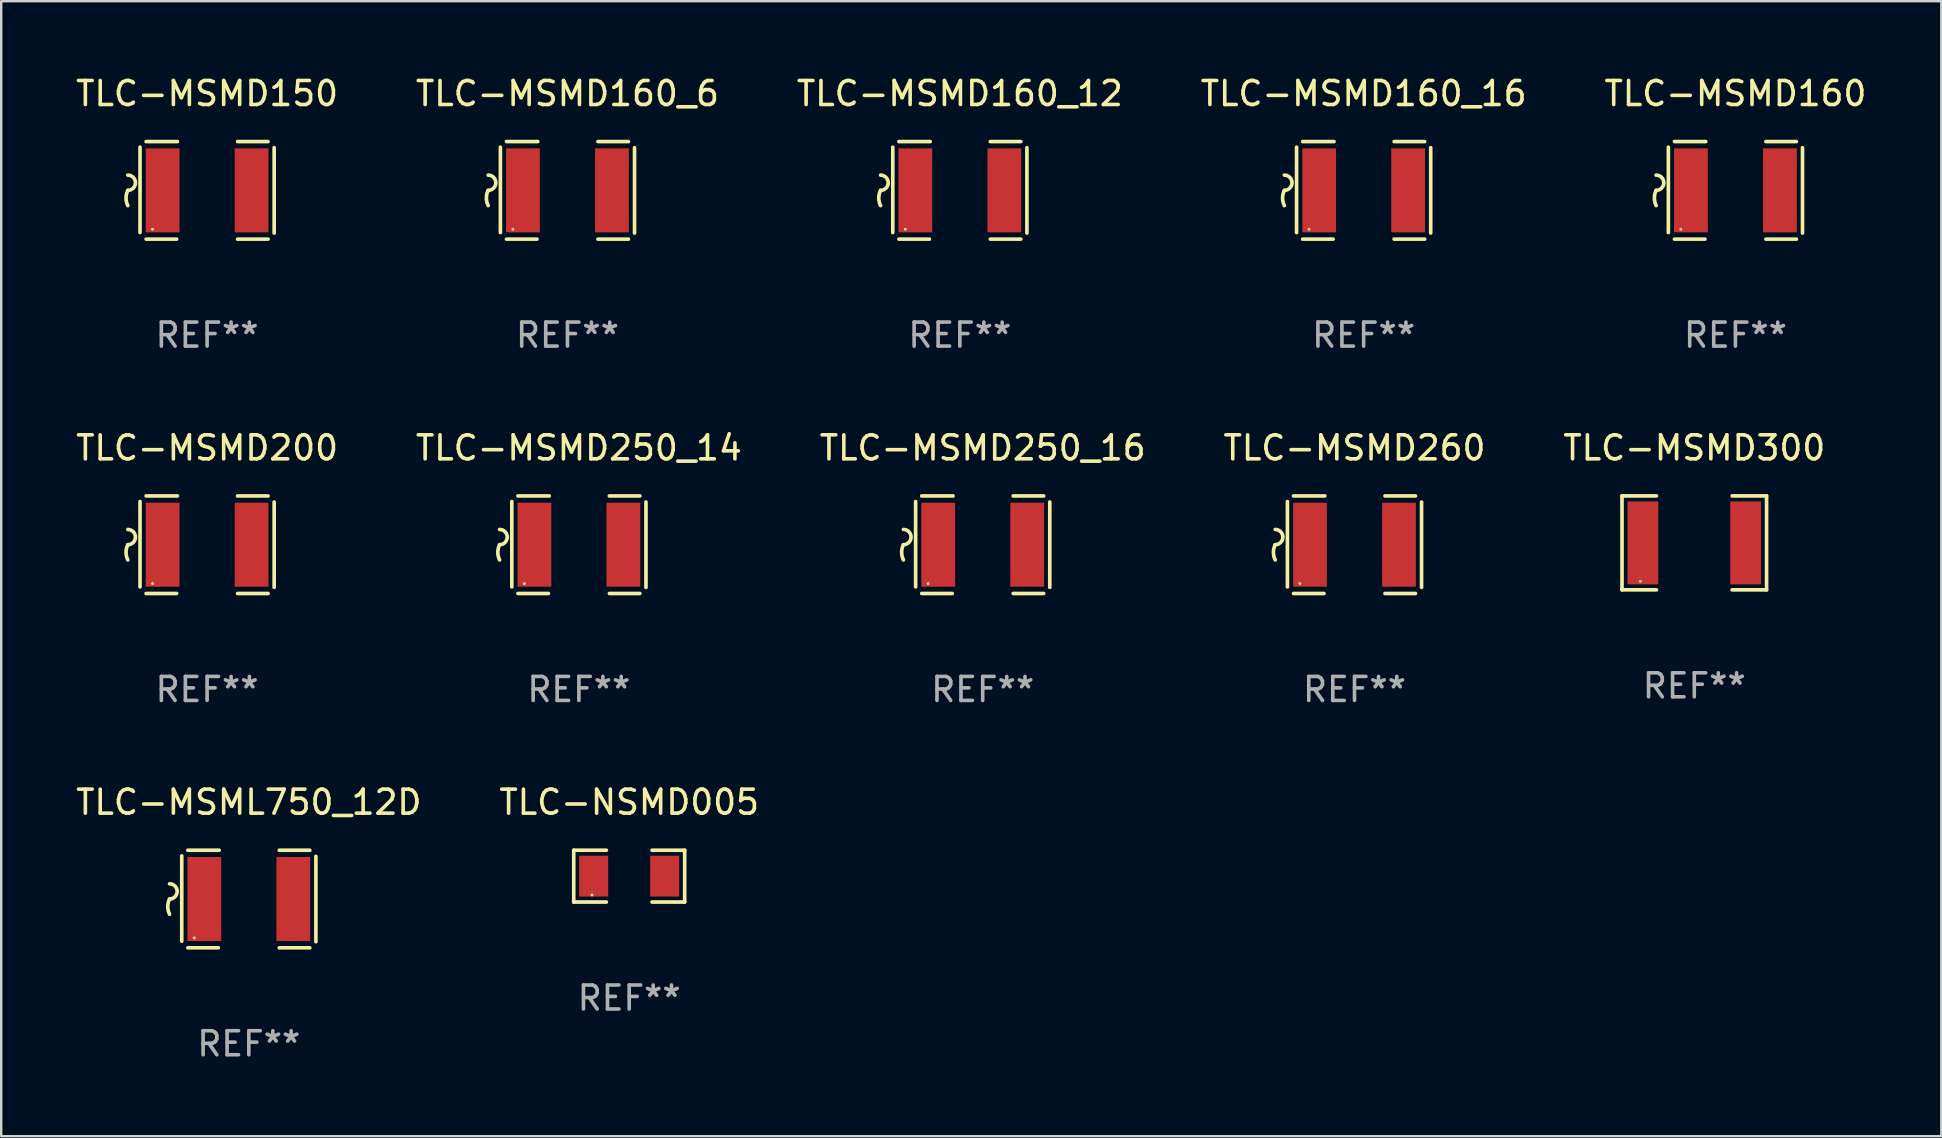
<source format=kicad_pcb>
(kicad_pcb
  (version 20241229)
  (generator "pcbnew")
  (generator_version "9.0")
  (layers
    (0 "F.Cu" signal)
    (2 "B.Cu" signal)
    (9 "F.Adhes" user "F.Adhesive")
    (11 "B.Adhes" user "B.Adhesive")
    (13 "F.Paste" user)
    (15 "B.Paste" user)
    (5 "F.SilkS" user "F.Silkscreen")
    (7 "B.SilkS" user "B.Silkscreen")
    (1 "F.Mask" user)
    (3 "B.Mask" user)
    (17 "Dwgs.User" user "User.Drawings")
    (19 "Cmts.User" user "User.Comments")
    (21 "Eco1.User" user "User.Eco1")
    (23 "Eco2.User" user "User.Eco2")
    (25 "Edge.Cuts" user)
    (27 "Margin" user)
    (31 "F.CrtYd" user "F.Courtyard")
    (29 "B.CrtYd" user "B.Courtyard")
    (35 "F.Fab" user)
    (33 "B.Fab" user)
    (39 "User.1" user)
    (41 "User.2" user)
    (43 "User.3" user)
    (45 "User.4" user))
  (footprint "TLC-MSMD160"
    (layer "F.Cu")
    (at 69.244 4.88)
    (property "Reference" "TLC-MSMD160" (at 0 -4.032 0) (layer "F.SilkS") (effects (font (size 1 1) (thickness 0.15))))
    (attr through_hole)
    (fp_line (start -2.794 -1.798) (end -2.794 1.758) (stroke (width 0.152) (type solid)) (layer "F.SilkS"))
    (fp_line (start -2.54 -2.032) (end -1.235 -2.032) (stroke (width 0.152) (type solid)) (layer "F.SilkS"))
    (fp_line (start -1.27 2.032) (end -2.54 2.032) (stroke (width 0.152) (type solid)) (layer "F.SilkS"))
    (fp_line (start 1.27 2.032) (end 2.54 2.032) (stroke (width 0.152) (type solid)) (layer "F.SilkS"))
    (fp_line (start 2.54 -2.032) (end 1.27 -2.032) (stroke (width 0.152) (type solid)) (layer "F.SilkS"))
    (fp_line (start 2.794 -1.778) (end 2.794 1.778) (stroke (width 0.152) (type solid)) (layer "F.SilkS"))
    (fp_arc (start -3.302007 -0.635002) (mid -2.984506 -0.317501) (end -3.302007 0) (stroke (width 0.151994) (type solid)) (layer "F.SilkS"))
    (fp_arc (start -3.302007 0.635002) (mid -3.376959 0.317501) (end -3.302007 0) (stroke (width 0.151994) (type solid)) (layer "F.SilkS"))
    (fp_circle (center -2.275 1.62) (end -2.245 1.62) (stroke (width 0.06) (type solid)) (fill no) (layer "F.SilkS"))
    (fp_text user "REF**" (at 0 6.032 0) (layer "F.Fab") (effects (font (size 1 1) (thickness 0.15))))
    (pad "1" smd rect (at -1.853 0) (size 1.407 3.499) (layers "F.Cu" "F.Mask" "F.Paste"))
    (pad "2" smd rect (at 1.853 0) (size 1.407 3.499) (layers "F.Cu" "F.Mask" "F.Paste")))
  (footprint "TLC-MSMD160_12"
    (layer "F.Cu")
    (at 36.935 4.88)
    (property "Reference" "TLC-MSMD160_12" (at 0 -4.032 0) (layer "F.SilkS") (effects (font (size 1 1) (thickness 0.15))))
    (attr through_hole)
    (fp_line (start -2.794 -1.798) (end -2.794 1.758) (stroke (width 0.152) (type solid)) (layer "F.SilkS"))
    (fp_line (start -2.54 -2.032) (end -1.235 -2.032) (stroke (width 0.152) (type solid)) (layer "F.SilkS"))
    (fp_line (start -1.27 2.032) (end -2.54 2.032) (stroke (width 0.152) (type solid)) (layer "F.SilkS"))
    (fp_line (start 1.27 2.032) (end 2.54 2.032) (stroke (width 0.152) (type solid)) (layer "F.SilkS"))
    (fp_line (start 2.54 -2.032) (end 1.27 -2.032) (stroke (width 0.152) (type solid)) (layer "F.SilkS"))
    (fp_line (start 2.794 -1.778) (end 2.794 1.778) (stroke (width 0.152) (type solid)) (layer "F.SilkS"))
    (fp_arc (start -3.302007 -0.635002) (mid -2.984506 -0.317501) (end -3.302007 0) (stroke (width 0.151994) (type solid)) (layer "F.SilkS"))
    (fp_arc (start -3.302007 0.635002) (mid -3.376959 0.317501) (end -3.302007 0) (stroke (width 0.151994) (type solid)) (layer "F.SilkS"))
    (fp_circle (center -2.275 1.62) (end -2.245 1.62) (stroke (width 0.06) (type solid)) (fill no) (layer "F.SilkS"))
    (fp_text user "REF**" (at 0 6.032 0) (layer "F.Fab") (effects (font (size 1 1) (thickness 0.15))))
    (pad "1" smd rect (at -1.853 0) (size 1.407 3.499) (layers "F.Cu" "F.Mask" "F.Paste"))
    (pad "2" smd rect (at 1.853 0) (size 1.407 3.499) (layers "F.Cu" "F.Mask" "F.Paste")))
  (footprint "TLC-NSMD005"
    (layer "F.Cu")
    (at 23.161 33.448)
    (property "Reference" "TLC-NSMD005" (at 0 -3.079 0) (layer "F.SilkS") (effects (font (size 1 1) (thickness 0.15))))
    (attr through_hole)
    (fp_line (start -2.311 -1.079) (end -0.951 -1.079) (stroke (width 0.152) (type solid)) (layer "F.SilkS"))
    (fp_line (start -2.311 1.079) (end -2.311 -1.079) (stroke (width 0.152) (type solid)) (layer "F.SilkS"))
    (fp_line (start -0.951 1.079) (end -2.311 1.079) (stroke (width 0.152) (type solid)) (layer "F.SilkS"))
    (fp_line (start 0.951 1.079) (end 2.311 1.079) (stroke (width 0.152) (type solid)) (layer "F.SilkS"))
    (fp_line (start 2.311 -1.079) (end 0.951 -1.079) (stroke (width 0.152) (type solid)) (layer "F.SilkS"))
    (fp_line (start 2.311 1.079) (end 2.311 -1.079) (stroke (width 0.152) (type solid)) (layer "F.SilkS"))
    (fp_circle (center -1.55 0.787) (end -1.52 0.787) (stroke (width 0.06) (type solid)) (fill no) (layer "F.SilkS"))
    (fp_text user "REF**" (at 0 5.079 0) (layer "F.Fab") (effects (font (size 1 1) (thickness 0.15))))
    (pad "1" smd rect (at -1.479 0) (size 1.208 1.701) (layers "F.Cu" "F.Mask" "F.Paste"))
    (pad "2" smd rect (at 1.479 0) (size 1.208 1.701) (layers "F.Cu" "F.Mask" "F.Paste")))
  (footprint "TLC-MSMD260"
    (layer "F.Cu")
    (at 53.375 19.641)
    (property "Reference" "TLC-MSMD260" (at 0 -4.032 0) (layer "F.SilkS") (effects (font (size 1 1) (thickness 0.15))))
    (attr through_hole)
    (fp_line (start -2.794 -1.798) (end -2.794 1.758) (stroke (width 0.152) (type solid)) (layer "F.SilkS"))
    (fp_line (start -2.54 -2.032) (end -1.235 -2.032) (stroke (width 0.152) (type solid)) (layer "F.SilkS"))
    (fp_line (start -1.27 2.032) (end -2.54 2.032) (stroke (width 0.152) (type solid)) (layer "F.SilkS"))
    (fp_line (start 1.27 2.032) (end 2.54 2.032) (stroke (width 0.152) (type solid)) (layer "F.SilkS"))
    (fp_line (start 2.54 -2.032) (end 1.27 -2.032) (stroke (width 0.152) (type solid)) (layer "F.SilkS"))
    (fp_line (start 2.794 -1.778) (end 2.794 1.778) (stroke (width 0.152) (type solid)) (layer "F.SilkS"))
    (fp_arc (start -3.302007 -0.635002) (mid -2.984506 -0.317501) (end -3.302007 0) (stroke (width 0.151994) (type solid)) (layer "F.SilkS"))
    (fp_arc (start -3.302007 0.635002) (mid -3.376959 0.317501) (end -3.302007 0) (stroke (width 0.151994) (type solid)) (layer "F.SilkS"))
    (fp_circle (center -2.275 1.62) (end -2.245 1.62) (stroke (width 0.06) (type solid)) (fill no) (layer "F.SilkS"))
    (fp_text user "REF**" (at 0 6.032 0) (layer "F.Fab") (effects (font (size 1 1) (thickness 0.15))))
    (pad "1" smd rect (at -1.853 0) (size 1.407 3.499) (layers "F.Cu" "F.Mask" "F.Paste"))
    (pad "2" smd rect (at 1.853 0) (size 1.407 3.499) (layers "F.Cu" "F.Mask" "F.Paste")))
  (footprint "TLC-MSMD200"
    (layer "F.Cu")
    (at 5.577 19.641)
    (property "Reference" "TLC-MSMD200" (at 0 -4.032 0) (layer "F.SilkS") (effects (font (size 1 1) (thickness 0.15))))
    (attr through_hole)
    (fp_line (start -2.794 -1.798) (end -2.794 1.758) (stroke (width 0.152) (type solid)) (layer "F.SilkS"))
    (fp_line (start -2.54 -2.032) (end -1.235 -2.032) (stroke (width 0.152) (type solid)) (layer "F.SilkS"))
    (fp_line (start -1.27 2.032) (end -2.54 2.032) (stroke (width 0.152) (type solid)) (layer "F.SilkS"))
    (fp_line (start 1.27 2.032) (end 2.54 2.032) (stroke (width 0.152) (type solid)) (layer "F.SilkS"))
    (fp_line (start 2.54 -2.032) (end 1.27 -2.032) (stroke (width 0.152) (type solid)) (layer "F.SilkS"))
    (fp_line (start 2.794 -1.778) (end 2.794 1.778) (stroke (width 0.152) (type solid)) (layer "F.SilkS"))
    (fp_arc (start -3.302007 -0.635002) (mid -2.984506 -0.317501) (end -3.302007 0) (stroke (width 0.151994) (type solid)) (layer "F.SilkS"))
    (fp_arc (start -3.302007 0.635002) (mid -3.376959 0.317501) (end -3.302007 0) (stroke (width 0.151994) (type solid)) (layer "F.SilkS"))
    (fp_circle (center -2.275 1.62) (end -2.245 1.62) (stroke (width 0.06) (type solid)) (fill no) (layer "F.SilkS"))
    (fp_text user "REF**" (at 0 6.032 0) (layer "F.Fab") (effects (font (size 1 1) (thickness 0.15))))
    (pad "1" smd rect (at -1.853 0) (size 1.407 3.499) (layers "F.Cu" "F.Mask" "F.Paste"))
    (pad "2" smd rect (at 1.853 0) (size 1.407 3.499) (layers "F.Cu" "F.Mask" "F.Paste")))
  (footprint "TLC-MSMD160_16"
    (layer "F.Cu")
    (at 53.756 4.88)
    (property "Reference" "TLC-MSMD160_16" (at 0 -4.032 0) (layer "F.SilkS") (effects (font (size 1 1) (thickness 0.15))))
    (attr through_hole)
    (fp_line (start -2.794 -1.798) (end -2.794 1.758) (stroke (width 0.152) (type solid)) (layer "F.SilkS"))
    (fp_line (start -2.54 -2.032) (end -1.235 -2.032) (stroke (width 0.152) (type solid)) (layer "F.SilkS"))
    (fp_line (start -1.27 2.032) (end -2.54 2.032) (stroke (width 0.152) (type solid)) (layer "F.SilkS"))
    (fp_line (start 1.27 2.032) (end 2.54 2.032) (stroke (width 0.152) (type solid)) (layer "F.SilkS"))
    (fp_line (start 2.54 -2.032) (end 1.27 -2.032) (stroke (width 0.152) (type solid)) (layer "F.SilkS"))
    (fp_line (start 2.794 -1.778) (end 2.794 1.778) (stroke (width 0.152) (type solid)) (layer "F.SilkS"))
    (fp_arc (start -3.302007 -0.635002) (mid -2.984506 -0.317501) (end -3.302007 0) (stroke (width 0.151994) (type solid)) (layer "F.SilkS"))
    (fp_arc (start -3.302007 0.635002) (mid -3.376959 0.317501) (end -3.302007 0) (stroke (width 0.151994) (type solid)) (layer "F.SilkS"))
    (fp_circle (center -2.275 1.62) (end -2.245 1.62) (stroke (width 0.06) (type solid)) (fill no) (layer "F.SilkS"))
    (fp_text user "REF**" (at 0 6.032 0) (layer "F.Fab") (effects (font (size 1 1) (thickness 0.15))))
    (pad "1" smd rect (at -1.853 0) (size 1.407 3.499) (layers "F.Cu" "F.Mask" "F.Paste"))
    (pad "2" smd rect (at 1.853 0) (size 1.407 3.499) (layers "F.Cu" "F.Mask" "F.Paste")))
  (footprint "TLC-MSMD250_16"
    (layer "F.Cu")
    (at 37.887 19.641)
    (property "Reference" "TLC-MSMD250_16" (at 0 -4.032 0) (layer "F.SilkS") (effects (font (size 1 1) (thickness 0.15))))
    (attr through_hole)
    (fp_line (start -2.794 -1.798) (end -2.794 1.758) (stroke (width 0.152) (type solid)) (layer "F.SilkS"))
    (fp_line (start -2.54 -2.032) (end -1.235 -2.032) (stroke (width 0.152) (type solid)) (layer "F.SilkS"))
    (fp_line (start -1.27 2.032) (end -2.54 2.032) (stroke (width 0.152) (type solid)) (layer "F.SilkS"))
    (fp_line (start 1.27 2.032) (end 2.54 2.032) (stroke (width 0.152) (type solid)) (layer "F.SilkS"))
    (fp_line (start 2.54 -2.032) (end 1.27 -2.032) (stroke (width 0.152) (type solid)) (layer "F.SilkS"))
    (fp_line (start 2.794 -1.778) (end 2.794 1.778) (stroke (width 0.152) (type solid)) (layer "F.SilkS"))
    (fp_arc (start -3.302007 -0.635002) (mid -2.984506 -0.317501) (end -3.302007 0) (stroke (width 0.151994) (type solid)) (layer "F.SilkS"))
    (fp_arc (start -3.302007 0.635002) (mid -3.376959 0.317501) (end -3.302007 0) (stroke (width 0.151994) (type solid)) (layer "F.SilkS"))
    (fp_circle (center -2.275 1.62) (end -2.245 1.62) (stroke (width 0.06) (type solid)) (fill no) (layer "F.SilkS"))
    (fp_text user "REF**" (at 0 6.032 0) (layer "F.Fab") (effects (font (size 1 1) (thickness 0.15))))
    (pad "1" smd rect (at -1.853 0) (size 1.407 3.499) (layers "F.Cu" "F.Mask" "F.Paste"))
    (pad "2" smd rect (at 1.853 0) (size 1.407 3.499) (layers "F.Cu" "F.Mask" "F.Paste")))
  (footprint "TLC-MSML750_12D"
    (layer "F.Cu")
    (at 7.315 34.401)
    (property "Reference" "TLC-MSML750_12D" (at 0 -4.032 0) (layer "F.SilkS") (effects (font (size 1 1) (thickness 0.15))))
    (attr through_hole)
    (fp_line (start -2.794 -1.798) (end -2.794 1.758) (stroke (width 0.152) (type solid)) (layer "F.SilkS"))
    (fp_line (start -2.54 -2.032) (end -1.235 -2.032) (stroke (width 0.152) (type solid)) (layer "F.SilkS"))
    (fp_line (start -1.27 2.032) (end -2.54 2.032) (stroke (width 0.152) (type solid)) (layer "F.SilkS"))
    (fp_line (start 1.27 2.032) (end 2.54 2.032) (stroke (width 0.152) (type solid)) (layer "F.SilkS"))
    (fp_line (start 2.54 -2.032) (end 1.27 -2.032) (stroke (width 0.152) (type solid)) (layer "F.SilkS"))
    (fp_line (start 2.794 -1.778) (end 2.794 1.778) (stroke (width 0.152) (type solid)) (layer "F.SilkS"))
    (fp_arc (start -3.302007 -0.635002) (mid -2.984506 -0.317501) (end -3.302007 0) (stroke (width 0.151994) (type solid)) (layer "F.SilkS"))
    (fp_arc (start -3.302007 0.635002) (mid -3.376959 0.317501) (end -3.302007 0) (stroke (width 0.151994) (type solid)) (layer "F.SilkS"))
    (fp_circle (center -2.275 1.62) (end -2.245 1.62) (stroke (width 0.06) (type solid)) (fill no) (layer "F.SilkS"))
    (fp_text user "REF**" (at 0 6.032 0) (layer "F.Fab") (effects (font (size 1 1) (thickness 0.15))))
    (pad "1" smd rect (at -1.853 0) (size 1.407 3.499) (layers "F.Cu" "F.Mask" "F.Paste"))
    (pad "2" smd rect (at 1.853 0) (size 1.407 3.499) (layers "F.Cu" "F.Mask" "F.Paste")))
  (footprint "TLC-MSMD150"
    (layer "F.Cu")
    (at 5.577 4.88)
    (property "Reference" "TLC-MSMD150" (at 0 -4.032 0) (layer "F.SilkS") (effects (font (size 1 1) (thickness 0.15))))
    (attr through_hole)
    (fp_line (start -2.794 -1.798) (end -2.794 1.758) (stroke (width 0.152) (type solid)) (layer "F.SilkS"))
    (fp_line (start -2.54 -2.032) (end -1.235 -2.032) (stroke (width 0.152) (type solid)) (layer "F.SilkS"))
    (fp_line (start -1.27 2.032) (end -2.54 2.032) (stroke (width 0.152) (type solid)) (layer "F.SilkS"))
    (fp_line (start 1.27 2.032) (end 2.54 2.032) (stroke (width 0.152) (type solid)) (layer "F.SilkS"))
    (fp_line (start 2.54 -2.032) (end 1.27 -2.032) (stroke (width 0.152) (type solid)) (layer "F.SilkS"))
    (fp_line (start 2.794 -1.778) (end 2.794 1.778) (stroke (width 0.152) (type solid)) (layer "F.SilkS"))
    (fp_arc (start -3.302007 -0.635002) (mid -2.984506 -0.317501) (end -3.302007 0) (stroke (width 0.151994) (type solid)) (layer "F.SilkS"))
    (fp_arc (start -3.302007 0.635002) (mid -3.376959 0.317501) (end -3.302007 0) (stroke (width 0.151994) (type solid)) (layer "F.SilkS"))
    (fp_circle (center -2.275 1.62) (end -2.245 1.62) (stroke (width 0.06) (type solid)) (fill no) (layer "F.SilkS"))
    (fp_text user "REF**" (at 0 6.032 0) (layer "F.Fab") (effects (font (size 1 1) (thickness 0.15))))
    (pad "1" smd rect (at -1.853 0) (size 1.407 3.499) (layers "F.Cu" "F.Mask" "F.Paste"))
    (pad "2" smd rect (at 1.853 0) (size 1.407 3.499) (layers "F.Cu" "F.Mask" "F.Paste")))
  (footprint "TLC-MSMD250_14"
    (layer "F.Cu")
    (at 21.065 19.641)
    (property "Reference" "TLC-MSMD250_14" (at 0 -4.032 0) (layer "F.SilkS") (effects (font (size 1 1) (thickness 0.15))))
    (attr through_hole)
    (fp_line (start -2.794 -1.798) (end -2.794 1.758) (stroke (width 0.152) (type solid)) (layer "F.SilkS"))
    (fp_line (start -2.54 -2.032) (end -1.235 -2.032) (stroke (width 0.152) (type solid)) (layer "F.SilkS"))
    (fp_line (start -1.27 2.032) (end -2.54 2.032) (stroke (width 0.152) (type solid)) (layer "F.SilkS"))
    (fp_line (start 1.27 2.032) (end 2.54 2.032) (stroke (width 0.152) (type solid)) (layer "F.SilkS"))
    (fp_line (start 2.54 -2.032) (end 1.27 -2.032) (stroke (width 0.152) (type solid)) (layer "F.SilkS"))
    (fp_line (start 2.794 -1.778) (end 2.794 1.778) (stroke (width 0.152) (type solid)) (layer "F.SilkS"))
    (fp_arc (start -3.302007 -0.635002) (mid -2.984506 -0.317501) (end -3.302007 0) (stroke (width 0.151994) (type solid)) (layer "F.SilkS"))
    (fp_arc (start -3.302007 0.635002) (mid -3.376959 0.317501) (end -3.302007 0) (stroke (width 0.151994) (type solid)) (layer "F.SilkS"))
    (fp_circle (center -2.275 1.62) (end -2.245 1.62) (stroke (width 0.06) (type solid)) (fill no) (layer "F.SilkS"))
    (fp_text user "REF**" (at 0 6.032 0) (layer "F.Fab") (effects (font (size 1 1) (thickness 0.15))))
    (pad "1" smd rect (at -1.853 0) (size 1.407 3.499) (layers "F.Cu" "F.Mask" "F.Paste"))
    (pad "2" smd rect (at 1.853 0) (size 1.407 3.499) (layers "F.Cu" "F.Mask" "F.Paste")))
  (footprint "TLC-MSMD160_6"
    (layer "F.Cu")
    (at 20.589 4.88)
    (property "Reference" "TLC-MSMD160_6" (at 0 -4.032 0) (layer "F.SilkS") (effects (font (size 1 1) (thickness 0.15))))
    (attr through_hole)
    (fp_line (start -2.794 -1.798) (end -2.794 1.758) (stroke (width 0.152) (type solid)) (layer "F.SilkS"))
    (fp_line (start -2.54 -2.032) (end -1.235 -2.032) (stroke (width 0.152) (type solid)) (layer "F.SilkS"))
    (fp_line (start -1.27 2.032) (end -2.54 2.032) (stroke (width 0.152) (type solid)) (layer "F.SilkS"))
    (fp_line (start 1.27 2.032) (end 2.54 2.032) (stroke (width 0.152) (type solid)) (layer "F.SilkS"))
    (fp_line (start 2.54 -2.032) (end 1.27 -2.032) (stroke (width 0.152) (type solid)) (layer "F.SilkS"))
    (fp_line (start 2.794 -1.778) (end 2.794 1.778) (stroke (width 0.152) (type solid)) (layer "F.SilkS"))
    (fp_arc (start -3.302007 -0.635002) (mid -2.984506 -0.317501) (end -3.302007 0) (stroke (width 0.151994) (type solid)) (layer "F.SilkS"))
    (fp_arc (start -3.302007 0.635002) (mid -3.376959 0.317501) (end -3.302007 0) (stroke (width 0.151994) (type solid)) (layer "F.SilkS"))
    (fp_circle (center -2.275 1.62) (end -2.245 1.62) (stroke (width 0.06) (type solid)) (fill no) (layer "F.SilkS"))
    (fp_text user "REF**" (at 0 6.032 0) (layer "F.Fab") (effects (font (size 1 1) (thickness 0.15))))
    (pad "1" smd rect (at -1.853 0) (size 1.407 3.499) (layers "F.Cu" "F.Mask" "F.Paste"))
    (pad "2" smd rect (at 1.853 0) (size 1.407 3.499) (layers "F.Cu" "F.Mask" "F.Paste")))
  (footprint "TLC-MSMD300"
    (layer "F.Cu")
    (at 67.53 19.565)
    (property "Reference" "TLC-MSMD300" (at 0 -3.957 0) (layer "F.SilkS") (effects (font (size 1 1) (thickness 0.15))))
    (attr through_hole)
    (fp_line (start -3.011 -1.957) (end -1.576 -1.957) (stroke (width 0.152) (type solid)) (layer "F.SilkS"))
    (fp_line (start -3.011 1.957) (end -3.011 -1.957) (stroke (width 0.152) (type solid)) (layer "F.SilkS"))
    (fp_line (start -1.576 1.957) (end -3.011 1.957) (stroke (width 0.152) (type solid)) (layer "F.SilkS"))
    (fp_line (start 1.576 1.957) (end 3.011 1.957) (stroke (width 0.152) (type solid)) (layer "F.SilkS"))
    (fp_line (start 3.011 -1.957) (end 1.576 -1.957) (stroke (width 0.152) (type solid)) (layer "F.SilkS"))
    (fp_line (start 3.011 1.957) (end 3.011 -1.957) (stroke (width 0.152) (type solid)) (layer "F.SilkS"))
    (fp_circle (center -2.25 1.6) (end -2.22 1.6) (stroke (width 0.06) (type solid)) (fill no) (layer "F.SilkS"))
    (fp_text user "REF**" (at 0 5.957 0) (layer "F.Fab") (effects (font (size 1 1) (thickness 0.15))))
    (pad "1" smd rect (at -2.141 0) (size 1.283 3.456) (layers "F.Cu" "F.Mask" "F.Paste"))
    (pad "2" smd rect (at 2.141 0) (size 1.283 3.456) (layers "F.Cu" "F.Mask" "F.Paste")))
  (gr_rect
    (start -3 -3)
    (end 77.821 44.282)
    (stroke (width 0.1) (type default))
    (fill no)
    (layer "Edge.Cuts")))
</source>
